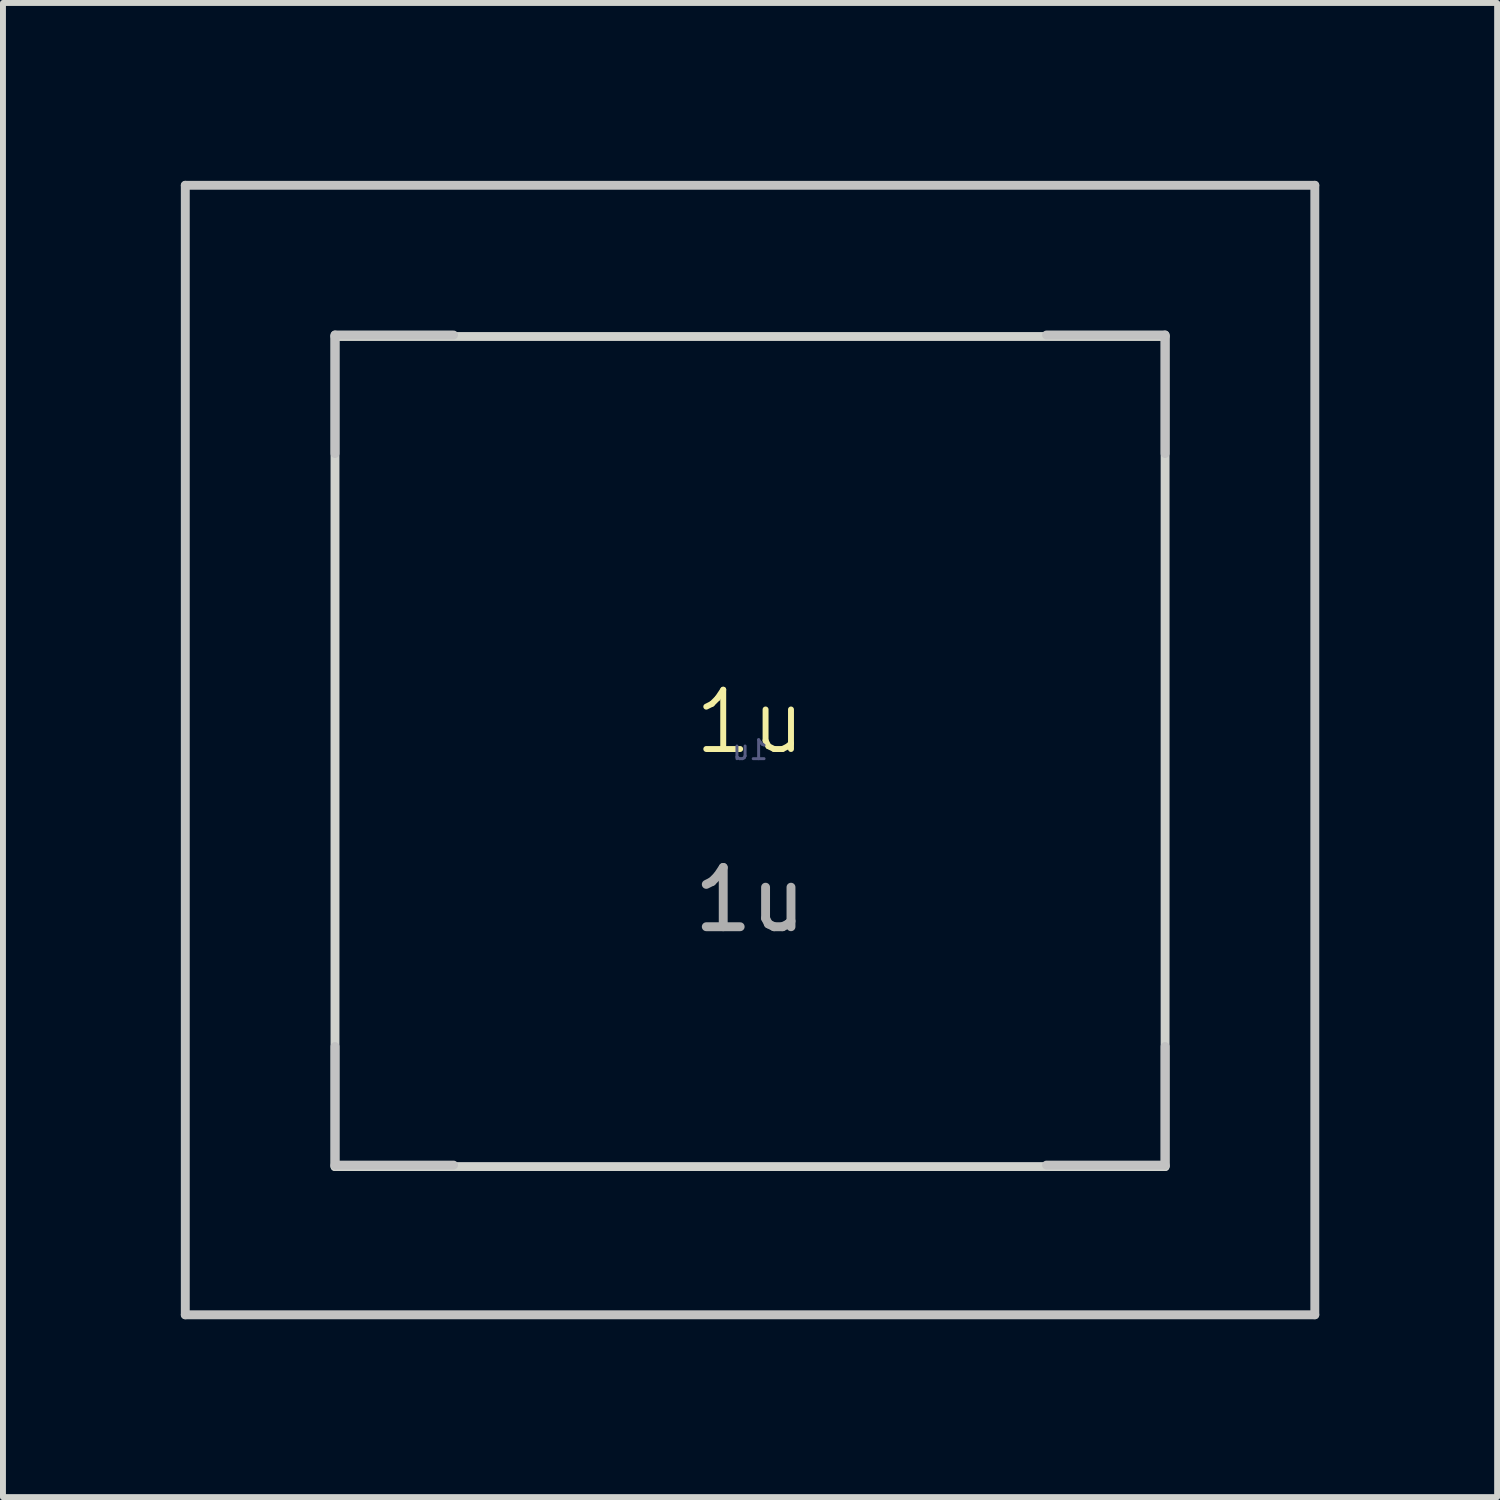
<source format=kicad_pcb>
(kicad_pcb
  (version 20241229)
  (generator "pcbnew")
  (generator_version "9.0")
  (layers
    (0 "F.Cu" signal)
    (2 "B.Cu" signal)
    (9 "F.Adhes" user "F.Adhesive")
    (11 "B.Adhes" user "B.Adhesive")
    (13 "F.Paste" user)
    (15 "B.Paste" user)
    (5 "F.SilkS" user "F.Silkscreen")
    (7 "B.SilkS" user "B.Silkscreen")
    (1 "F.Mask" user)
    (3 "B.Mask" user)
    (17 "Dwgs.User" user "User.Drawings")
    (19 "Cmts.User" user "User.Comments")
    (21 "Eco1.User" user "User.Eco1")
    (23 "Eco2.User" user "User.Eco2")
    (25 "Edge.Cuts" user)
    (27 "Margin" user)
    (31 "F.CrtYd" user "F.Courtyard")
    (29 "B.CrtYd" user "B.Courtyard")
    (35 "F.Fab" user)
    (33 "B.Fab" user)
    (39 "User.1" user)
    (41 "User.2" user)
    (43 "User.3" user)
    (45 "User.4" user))
  (footprint "1u"
    (layer "F.Cu")
    (at 9.6 9.625)
    (property "Reference" "1u" (at 0 -0.5 0) (unlocked yes) (layer "F.SilkS") (effects (font (size 1 1) (thickness 0.1))))
    (attr smd)
    (fp_line (start -9.525 9.5) (end -9.525 -9.55) (stroke (width 0.15) (type solid)) (layer "Dwgs.User"))
    (fp_line (start -7 -7.025) (end -7 -5.025) (stroke (width 0.15) (type solid)) (layer "Dwgs.User"))
    (fp_line (start -7 4.975) (end -7 6.975) (stroke (width 0.15) (type solid)) (layer "Dwgs.User"))
    (fp_line (start -7 6.975) (end -5 6.975) (stroke (width 0.15) (type solid)) (layer "Dwgs.User"))
    (fp_line (start -5 -7.025) (end -7 -7.025) (stroke (width 0.15) (type solid)) (layer "Dwgs.User"))
    (fp_line (start 5 6.975) (end 7 6.975) (stroke (width 0.15) (type solid)) (layer "Dwgs.User"))
    (fp_line (start 5 -7.025) (end 7 -7.025) (stroke (width 0.15) (type solid)) (layer "Dwgs.User"))
    (fp_line (start 7 -7.025) (end 7 -5.025) (stroke (width 0.15) (type solid)) (layer "Dwgs.User"))
    (fp_line (start 7 6.975) (end 7 4.975) (stroke (width 0.15) (type solid)) (layer "Dwgs.User"))
    (fp_line (start 9.525 -9.55) (end -9.525 -9.55) (stroke (width 0.15) (type solid)) (layer "Dwgs.User"))
    (fp_line (start 9.525 9.5) (end -9.525 9.5) (stroke (width 0.15) (type solid)) (layer "Dwgs.User"))
    (fp_line (start 9.525 9.5) (end 9.525 -9.55) (stroke (width 0.15) (type solid)) (layer "Dwgs.User"))
    (fp_line (start -7 -7) (end -7 7) (stroke (width 0.15) (type solid)) (layer "Edge.Cuts"))
    (fp_line (start -7 7) (end 7 7) (stroke (width 0.15) (type solid)) (layer "Edge.Cuts"))
    (fp_line (start 7 -7) (end -7 -7) (stroke (width 0.15) (type solid)) (layer "Edge.Cuts"))
    (fp_line (start 7 -7) (end 7 7) (stroke (width 0.15) (type solid)) (layer "Edge.Cuts"))
    (fp_text user "${REFERENCE}" (at 0 -0.025 0) (layer "B.Fab") (effects (font (size 0.32 0.32) (thickness 0.05)) (justify mirror)))
    (fp_text user "${REFERENCE}" (at 0 2.5 0) (unlocked yes) (layer "F.Fab") (effects (font (size 1 1) (thickness 0.15)))))
  (gr_rect
    (start -3 -3)
    (end 22.2 22.2)
    (stroke (width 0.1) (type default))
    (fill no)
    (layer "Edge.Cuts")))
</source>
